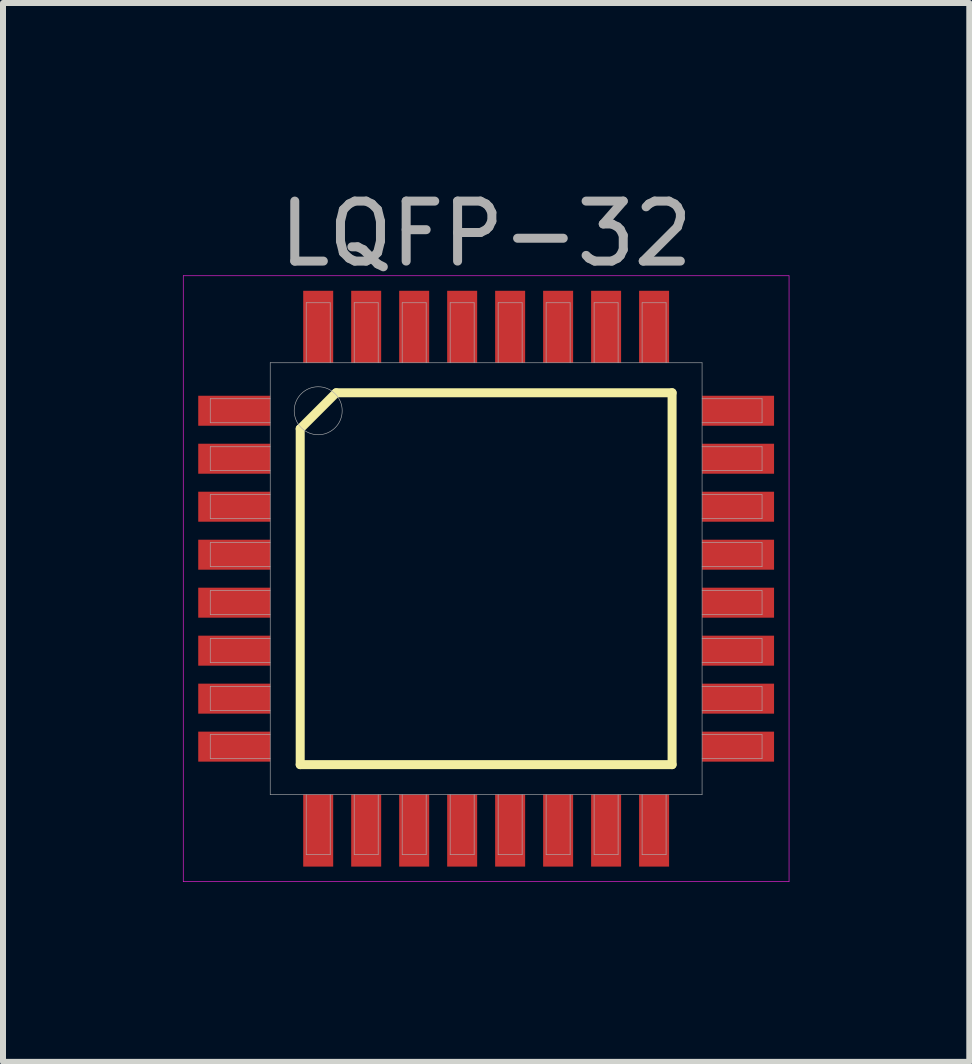
<source format=kicad_pcb>
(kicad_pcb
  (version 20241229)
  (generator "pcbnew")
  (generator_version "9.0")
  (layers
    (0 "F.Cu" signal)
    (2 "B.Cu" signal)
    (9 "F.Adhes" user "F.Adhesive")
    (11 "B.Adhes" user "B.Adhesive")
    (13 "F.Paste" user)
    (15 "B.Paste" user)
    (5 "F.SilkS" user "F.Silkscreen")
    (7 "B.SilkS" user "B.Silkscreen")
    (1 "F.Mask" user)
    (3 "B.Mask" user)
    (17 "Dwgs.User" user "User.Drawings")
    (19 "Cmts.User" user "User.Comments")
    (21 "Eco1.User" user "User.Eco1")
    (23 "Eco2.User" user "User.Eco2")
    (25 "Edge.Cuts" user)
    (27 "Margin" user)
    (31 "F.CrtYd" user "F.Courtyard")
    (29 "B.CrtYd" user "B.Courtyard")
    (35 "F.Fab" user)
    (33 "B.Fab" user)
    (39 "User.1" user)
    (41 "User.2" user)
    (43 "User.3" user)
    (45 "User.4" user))
  (footprint "LQFP-32"
    (layer "F.Cu")
    (at 5.055 6.598)
    (property "Reference" "LQFP-32" (at 0 -5.75 0) (layer "F.Fab") (effects (font (size 1 1) (thickness 0.15))))
    (attr through_hole)
    (fp_line (start -3.1 -2.5) (end -2.5 -3.1) (stroke (width 0.15) (type solid)) (layer "F.SilkS"))
    (fp_line (start -3.1 3.1) (end -3.1 -2.5) (stroke (width 0.15) (type solid)) (layer "F.SilkS"))
    (fp_line (start -2.5 -3.1) (end 3.1 -3.1) (stroke (width 0.15) (type solid)) (layer "F.SilkS"))
    (fp_line (start 3.1 -3.1) (end 3.1 3.1) (stroke (width 0.15) (type solid)) (layer "F.SilkS"))
    (fp_line (start 3.1 3.1) (end -3.1 3.1) (stroke (width 0.15) (type solid)) (layer "F.SilkS"))
    (fp_line (start -5.05 -5.05) (end 5.05 -5.05) (stroke (width 0.01) (type solid)) (layer "F.CrtYd"))
    (fp_line (start -5.05 5.05) (end -5.05 -5.05) (stroke (width 0.01) (type solid)) (layer "F.CrtYd"))
    (fp_line (start 5.05 -5.05) (end 5.05 5.05) (stroke (width 0.01) (type solid)) (layer "F.CrtYd"))
    (fp_line (start 5.05 5.05) (end -5.05 5.05) (stroke (width 0.01) (type solid)) (layer "F.CrtYd"))
    (fp_line (start -4.6 -3) (end -3.6 -3) (stroke (width 0.01) (type solid)) (layer "F.Fab"))
    (fp_line (start -4.6 -2.6) (end -4.6 -3) (stroke (width 0.01) (type solid)) (layer "F.Fab"))
    (fp_line (start -4.6 -2.2) (end -3.6 -2.2) (stroke (width 0.01) (type solid)) (layer "F.Fab"))
    (fp_line (start -4.6 -1.8) (end -4.6 -2.2) (stroke (width 0.01) (type solid)) (layer "F.Fab"))
    (fp_line (start -4.6 -1.4) (end -3.6 -1.4) (stroke (width 0.01) (type solid)) (layer "F.Fab"))
    (fp_line (start -4.6 -1) (end -4.6 -1.4) (stroke (width 0.01) (type solid)) (layer "F.Fab"))
    (fp_line (start -4.6 -0.6) (end -3.6 -0.6) (stroke (width 0.01) (type solid)) (layer "F.Fab"))
    (fp_line (start -4.6 -0.2) (end -4.6 -0.6) (stroke (width 0.01) (type solid)) (layer "F.Fab"))
    (fp_line (start -4.6 0.2) (end -3.6 0.2) (stroke (width 0.01) (type solid)) (layer "F.Fab"))
    (fp_line (start -4.6 0.6) (end -4.6 0.2) (stroke (width 0.01) (type solid)) (layer "F.Fab"))
    (fp_line (start -4.6 1) (end -3.6 1) (stroke (width 0.01) (type solid)) (layer "F.Fab"))
    (fp_line (start -4.6 1.4) (end -4.6 1) (stroke (width 0.01) (type solid)) (layer "F.Fab"))
    (fp_line (start -4.6 1.8) (end -3.6 1.8) (stroke (width 0.01) (type solid)) (layer "F.Fab"))
    (fp_line (start -4.6 2.2) (end -4.6 1.8) (stroke (width 0.01) (type solid)) (layer "F.Fab"))
    (fp_line (start -4.6 2.6) (end -3.6 2.6) (stroke (width 0.01) (type solid)) (layer "F.Fab"))
    (fp_line (start -4.6 3) (end -4.6 2.6) (stroke (width 0.01) (type solid)) (layer "F.Fab"))
    (fp_line (start -3.6 -3.6) (end 3.6 -3.6) (stroke (width 0.01) (type solid)) (layer "F.Fab"))
    (fp_line (start -3.6 -2.6) (end -4.6 -2.6) (stroke (width 0.01) (type solid)) (layer "F.Fab"))
    (fp_line (start -3.6 -1.8) (end -4.6 -1.8) (stroke (width 0.01) (type solid)) (layer "F.Fab"))
    (fp_line (start -3.6 -1) (end -4.6 -1) (stroke (width 0.01) (type solid)) (layer "F.Fab"))
    (fp_line (start -3.6 -0.2) (end -4.6 -0.2) (stroke (width 0.01) (type solid)) (layer "F.Fab"))
    (fp_line (start -3.6 0.6) (end -4.6 0.6) (stroke (width 0.01) (type solid)) (layer "F.Fab"))
    (fp_line (start -3.6 1.4) (end -4.6 1.4) (stroke (width 0.01) (type solid)) (layer "F.Fab"))
    (fp_line (start -3.6 2.2) (end -4.6 2.2) (stroke (width 0.01) (type solid)) (layer "F.Fab"))
    (fp_line (start -3.6 3) (end -4.6 3) (stroke (width 0.01) (type solid)) (layer "F.Fab"))
    (fp_line (start -3.6 3.6) (end -3.6 -3.6) (stroke (width 0.01) (type solid)) (layer "F.Fab"))
    (fp_line (start -3 -4.6) (end -2.6 -4.6) (stroke (width 0.01) (type solid)) (layer "F.Fab"))
    (fp_line (start -3 -3.6) (end -3 -4.6) (stroke (width 0.01) (type solid)) (layer "F.Fab"))
    (fp_line (start -3 4.6) (end -3 3.6) (stroke (width 0.01) (type solid)) (layer "F.Fab"))
    (fp_line (start -2.6 -4.6) (end -2.6 -3.6) (stroke (width 0.01) (type solid)) (layer "F.Fab"))
    (fp_line (start -2.6 3.6) (end -2.6 4.6) (stroke (width 0.01) (type solid)) (layer "F.Fab"))
    (fp_line (start -2.6 4.6) (end -3 4.6) (stroke (width 0.01) (type solid)) (layer "F.Fab"))
    (fp_line (start -2.2 -4.6) (end -1.8 -4.6) (stroke (width 0.01) (type solid)) (layer "F.Fab"))
    (fp_line (start -2.2 -3.6) (end -2.2 -4.6) (stroke (width 0.01) (type solid)) (layer "F.Fab"))
    (fp_line (start -2.2 4.6) (end -2.2 3.6) (stroke (width 0.01) (type solid)) (layer "F.Fab"))
    (fp_line (start -1.8 -4.6) (end -1.8 -3.6) (stroke (width 0.01) (type solid)) (layer "F.Fab"))
    (fp_line (start -1.8 3.6) (end -1.8 4.6) (stroke (width 0.01) (type solid)) (layer "F.Fab"))
    (fp_line (start -1.8 4.6) (end -2.2 4.6) (stroke (width 0.01) (type solid)) (layer "F.Fab"))
    (fp_line (start -1.4 -4.6) (end -1 -4.6) (stroke (width 0.01) (type solid)) (layer "F.Fab"))
    (fp_line (start -1.4 -3.6) (end -1.4 -4.6) (stroke (width 0.01) (type solid)) (layer "F.Fab"))
    (fp_line (start -1.4 4.6) (end -1.4 3.6) (stroke (width 0.01) (type solid)) (layer "F.Fab"))
    (fp_line (start -1 -4.6) (end -1 -3.6) (stroke (width 0.01) (type solid)) (layer "F.Fab"))
    (fp_line (start -1 3.6) (end -1 4.6) (stroke (width 0.01) (type solid)) (layer "F.Fab"))
    (fp_line (start -1 4.6) (end -1.4 4.6) (stroke (width 0.01) (type solid)) (layer "F.Fab"))
    (fp_line (start -0.6 -4.6) (end -0.2 -4.6) (stroke (width 0.01) (type solid)) (layer "F.Fab"))
    (fp_line (start -0.6 -3.6) (end -0.6 -4.6) (stroke (width 0.01) (type solid)) (layer "F.Fab"))
    (fp_line (start -0.6 4.6) (end -0.6 3.6) (stroke (width 0.01) (type solid)) (layer "F.Fab"))
    (fp_line (start -0.2 -4.6) (end -0.2 -3.6) (stroke (width 0.01) (type solid)) (layer "F.Fab"))
    (fp_line (start -0.2 3.6) (end -0.2 4.6) (stroke (width 0.01) (type solid)) (layer "F.Fab"))
    (fp_line (start -0.2 4.6) (end -0.6 4.6) (stroke (width 0.01) (type solid)) (layer "F.Fab"))
    (fp_line (start 0.2 -4.6) (end 0.6 -4.6) (stroke (width 0.01) (type solid)) (layer "F.Fab"))
    (fp_line (start 0.2 -3.6) (end 0.2 -4.6) (stroke (width 0.01) (type solid)) (layer "F.Fab"))
    (fp_line (start 0.2 4.6) (end 0.2 3.6) (stroke (width 0.01) (type solid)) (layer "F.Fab"))
    (fp_line (start 0.6 -4.6) (end 0.6 -3.6) (stroke (width 0.01) (type solid)) (layer "F.Fab"))
    (fp_line (start 0.6 3.6) (end 0.6 4.6) (stroke (width 0.01) (type solid)) (layer "F.Fab"))
    (fp_line (start 0.6 4.6) (end 0.2 4.6) (stroke (width 0.01) (type solid)) (layer "F.Fab"))
    (fp_line (start 1 -4.6) (end 1.4 -4.6) (stroke (width 0.01) (type solid)) (layer "F.Fab"))
    (fp_line (start 1 -3.6) (end 1 -4.6) (stroke (width 0.01) (type solid)) (layer "F.Fab"))
    (fp_line (start 1 4.6) (end 1 3.6) (stroke (width 0.01) (type solid)) (layer "F.Fab"))
    (fp_line (start 1.4 -4.6) (end 1.4 -3.6) (stroke (width 0.01) (type solid)) (layer "F.Fab"))
    (fp_line (start 1.4 3.6) (end 1.4 4.6) (stroke (width 0.01) (type solid)) (layer "F.Fab"))
    (fp_line (start 1.4 4.6) (end 1 4.6) (stroke (width 0.01) (type solid)) (layer "F.Fab"))
    (fp_line (start 1.8 -4.6) (end 2.2 -4.6) (stroke (width 0.01) (type solid)) (layer "F.Fab"))
    (fp_line (start 1.8 -3.6) (end 1.8 -4.6) (stroke (width 0.01) (type solid)) (layer "F.Fab"))
    (fp_line (start 1.8 4.6) (end 1.8 3.6) (stroke (width 0.01) (type solid)) (layer "F.Fab"))
    (fp_line (start 2.2 -4.6) (end 2.2 -3.6) (stroke (width 0.01) (type solid)) (layer "F.Fab"))
    (fp_line (start 2.2 3.6) (end 2.2 4.6) (stroke (width 0.01) (type solid)) (layer "F.Fab"))
    (fp_line (start 2.2 4.6) (end 1.8 4.6) (stroke (width 0.01) (type solid)) (layer "F.Fab"))
    (fp_line (start 2.6 -4.6) (end 3 -4.6) (stroke (width 0.01) (type solid)) (layer "F.Fab"))
    (fp_line (start 2.6 -3.6) (end 2.6 -4.6) (stroke (width 0.01) (type solid)) (layer "F.Fab"))
    (fp_line (start 2.6 4.6) (end 2.6 3.6) (stroke (width 0.01) (type solid)) (layer "F.Fab"))
    (fp_line (start 3 -4.6) (end 3 -3.6) (stroke (width 0.01) (type solid)) (layer "F.Fab"))
    (fp_line (start 3 3.6) (end 3 4.6) (stroke (width 0.01) (type solid)) (layer "F.Fab"))
    (fp_line (start 3 4.6) (end 2.6 4.6) (stroke (width 0.01) (type solid)) (layer "F.Fab"))
    (fp_line (start 3.6 -3.6) (end 3.6 3.6) (stroke (width 0.01) (type solid)) (layer "F.Fab"))
    (fp_line (start 3.6 -3) (end 4.6 -3) (stroke (width 0.01) (type solid)) (layer "F.Fab"))
    (fp_line (start 3.6 -2.2) (end 4.6 -2.2) (stroke (width 0.01) (type solid)) (layer "F.Fab"))
    (fp_line (start 3.6 -1.4) (end 4.6 -1.4) (stroke (width 0.01) (type solid)) (layer "F.Fab"))
    (fp_line (start 3.6 -0.6) (end 4.6 -0.6) (stroke (width 0.01) (type solid)) (layer "F.Fab"))
    (fp_line (start 3.6 0.2) (end 4.6 0.2) (stroke (width 0.01) (type solid)) (layer "F.Fab"))
    (fp_line (start 3.6 1) (end 4.6 1) (stroke (width 0.01) (type solid)) (layer "F.Fab"))
    (fp_line (start 3.6 1.8) (end 4.6 1.8) (stroke (width 0.01) (type solid)) (layer "F.Fab"))
    (fp_line (start 3.6 2.6) (end 4.6 2.6) (stroke (width 0.01) (type solid)) (layer "F.Fab"))
    (fp_line (start 3.6 3.6) (end -3.6 3.6) (stroke (width 0.01) (type solid)) (layer "F.Fab"))
    (fp_line (start 4.6 -3) (end 4.6 -2.6) (stroke (width 0.01) (type solid)) (layer "F.Fab"))
    (fp_line (start 4.6 -2.6) (end 3.6 -2.6) (stroke (width 0.01) (type solid)) (layer "F.Fab"))
    (fp_line (start 4.6 -2.2) (end 4.6 -1.8) (stroke (width 0.01) (type solid)) (layer "F.Fab"))
    (fp_line (start 4.6 -1.8) (end 3.6 -1.8) (stroke (width 0.01) (type solid)) (layer "F.Fab"))
    (fp_line (start 4.6 -1.4) (end 4.6 -1) (stroke (width 0.01) (type solid)) (layer "F.Fab"))
    (fp_line (start 4.6 -1) (end 3.6 -1) (stroke (width 0.01) (type solid)) (layer "F.Fab"))
    (fp_line (start 4.6 -0.6) (end 4.6 -0.2) (stroke (width 0.01) (type solid)) (layer "F.Fab"))
    (fp_line (start 4.6 -0.2) (end 3.6 -0.2) (stroke (width 0.01) (type solid)) (layer "F.Fab"))
    (fp_line (start 4.6 0.2) (end 4.6 0.6) (stroke (width 0.01) (type solid)) (layer "F.Fab"))
    (fp_line (start 4.6 0.6) (end 3.6 0.6) (stroke (width 0.01) (type solid)) (layer "F.Fab"))
    (fp_line (start 4.6 1) (end 4.6 1.4) (stroke (width 0.01) (type solid)) (layer "F.Fab"))
    (fp_line (start 4.6 1.4) (end 3.6 1.4) (stroke (width 0.01) (type solid)) (layer "F.Fab"))
    (fp_line (start 4.6 1.8) (end 4.6 2.2) (stroke (width 0.01) (type solid)) (layer "F.Fab"))
    (fp_line (start 4.6 2.2) (end 3.6 2.2) (stroke (width 0.01) (type solid)) (layer "F.Fab"))
    (fp_line (start 4.6 2.6) (end 4.6 3) (stroke (width 0.01) (type solid)) (layer "F.Fab"))
    (fp_line (start 4.6 3) (end 3.6 3) (stroke (width 0.01) (type solid)) (layer "F.Fab"))
    (fp_circle (center -2.8 -2.8) (end -2.8 -2.4) (stroke (width 0.01) (type solid)) (fill no) (layer "F.Fab"))
    (pad "1" smd rect (at -4.2 -2.8) (size 1.2 0.5) (layers "F.Cu" "F.Mask" "F.Paste"))
    (pad "2" smd rect (at -4.2 -2) (size 1.2 0.5) (layers "F.Cu" "F.Mask" "F.Paste"))
    (pad "3" smd rect (at -4.2 -1.2) (size 1.2 0.5) (layers "F.Cu" "F.Mask" "F.Paste"))
    (pad "4" smd rect (at -4.2 -0.4) (size 1.2 0.5) (layers "F.Cu" "F.Mask" "F.Paste"))
    (pad "5" smd rect (at -4.2 0.4) (size 1.2 0.5) (layers "F.Cu" "F.Mask" "F.Paste"))
    (pad "6" smd rect (at -4.2 1.2) (size 1.2 0.5) (layers "F.Cu" "F.Mask" "F.Paste"))
    (pad "7" smd rect (at -4.2 2) (size 1.2 0.5) (layers "F.Cu" "F.Mask" "F.Paste"))
    (pad "8" smd rect (at -4.2 2.8) (size 1.2 0.5) (layers "F.Cu" "F.Mask" "F.Paste"))
    (pad "9" smd rect (at -2.8 4.2) (size 0.5 1.2) (layers "F.Cu" "F.Mask" "F.Paste"))
    (pad "10" smd rect (at -2 4.2) (size 0.5 1.2) (layers "F.Cu" "F.Mask" "F.Paste"))
    (pad "11" smd rect (at -1.2 4.2) (size 0.5 1.2) (layers "F.Cu" "F.Mask" "F.Paste"))
    (pad "12" smd rect (at -0.4 4.2) (size 0.5 1.2) (layers "F.Cu" "F.Mask" "F.Paste"))
    (pad "13" smd rect (at 0.4 4.2) (size 0.5 1.2) (layers "F.Cu" "F.Mask" "F.Paste"))
    (pad "14" smd rect (at 1.2 4.2) (size 0.5 1.2) (layers "F.Cu" "F.Mask" "F.Paste"))
    (pad "15" smd rect (at 2 4.2) (size 0.5 1.2) (layers "F.Cu" "F.Mask" "F.Paste"))
    (pad "16" smd rect (at 2.8 4.2) (size 0.5 1.2) (layers "F.Cu" "F.Mask" "F.Paste"))
    (pad "17" smd rect (at 4.2 2.8) (size 1.2 0.5) (layers "F.Cu" "F.Mask" "F.Paste"))
    (pad "18" smd rect (at 4.2 2) (size 1.2 0.5) (layers "F.Cu" "F.Mask" "F.Paste"))
    (pad "19" smd rect (at 4.2 1.2) (size 1.2 0.5) (layers "F.Cu" "F.Mask" "F.Paste"))
    (pad "20" smd rect (at 4.2 0.4) (size 1.2 0.5) (layers "F.Cu" "F.Mask" "F.Paste"))
    (pad "21" smd rect (at 4.2 -0.4) (size 1.2 0.5) (layers "F.Cu" "F.Mask" "F.Paste"))
    (pad "22" smd rect (at 4.2 -1.2) (size 1.2 0.5) (layers "F.Cu" "F.Mask" "F.Paste"))
    (pad "23" smd rect (at 4.2 -2) (size 1.2 0.5) (layers "F.Cu" "F.Mask" "F.Paste"))
    (pad "24" smd rect (at 4.2 -2.8) (size 1.2 0.5) (layers "F.Cu" "F.Mask" "F.Paste"))
    (pad "25" smd rect (at 2.8 -4.2) (size 0.5 1.2) (layers "F.Cu" "F.Mask" "F.Paste"))
    (pad "26" smd rect (at 2 -4.2) (size 0.5 1.2) (layers "F.Cu" "F.Mask" "F.Paste"))
    (pad "27" smd rect (at 1.2 -4.2) (size 0.5 1.2) (layers "F.Cu" "F.Mask" "F.Paste"))
    (pad "28" smd rect (at 0.4 -4.2) (size 0.5 1.2) (layers "F.Cu" "F.Mask" "F.Paste"))
    (pad "29" smd rect (at -0.4 -4.2) (size 0.5 1.2) (layers "F.Cu" "F.Mask" "F.Paste"))
    (pad "30" smd rect (at -1.2 -4.2) (size 0.5 1.2) (layers "F.Cu" "F.Mask" "F.Paste"))
    (pad "31" smd rect (at -2 -4.2) (size 0.5 1.2) (layers "F.Cu" "F.Mask" "F.Paste"))
    (pad "32" smd rect (at -2.8 -4.2) (size 0.5 1.2) (layers "F.Cu" "F.Mask" "F.Paste")))
  (gr_rect
    (start -3 -3)
    (end 13.11 14.653)
    (stroke (width 0.1) (type default))
    (fill no)
    (layer "Edge.Cuts")))
</source>
